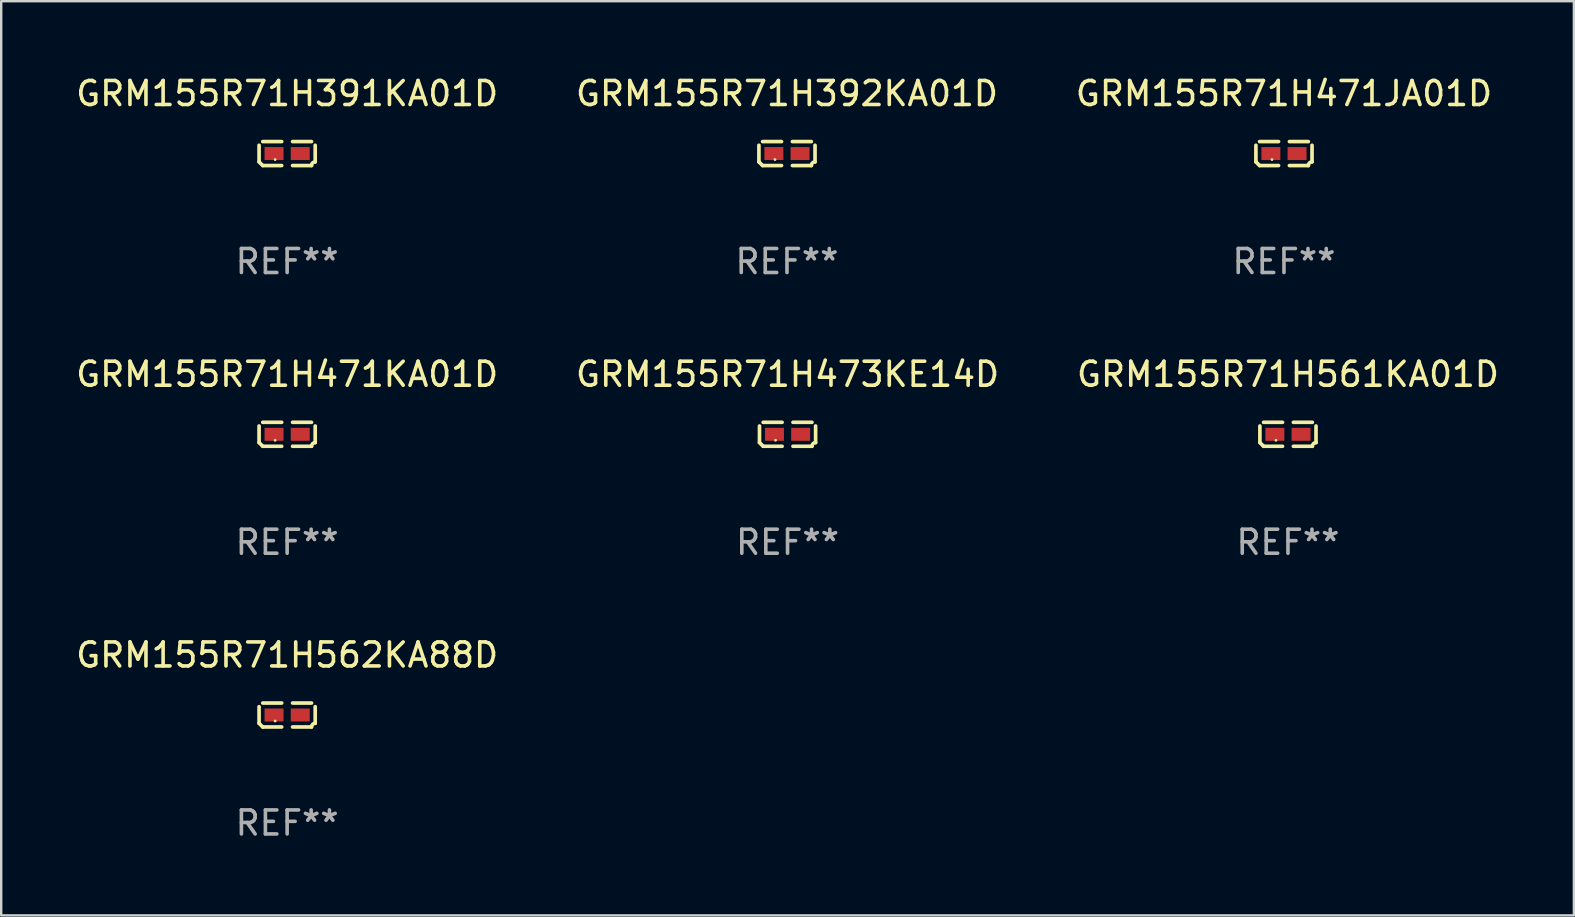
<source format=kicad_pcb>
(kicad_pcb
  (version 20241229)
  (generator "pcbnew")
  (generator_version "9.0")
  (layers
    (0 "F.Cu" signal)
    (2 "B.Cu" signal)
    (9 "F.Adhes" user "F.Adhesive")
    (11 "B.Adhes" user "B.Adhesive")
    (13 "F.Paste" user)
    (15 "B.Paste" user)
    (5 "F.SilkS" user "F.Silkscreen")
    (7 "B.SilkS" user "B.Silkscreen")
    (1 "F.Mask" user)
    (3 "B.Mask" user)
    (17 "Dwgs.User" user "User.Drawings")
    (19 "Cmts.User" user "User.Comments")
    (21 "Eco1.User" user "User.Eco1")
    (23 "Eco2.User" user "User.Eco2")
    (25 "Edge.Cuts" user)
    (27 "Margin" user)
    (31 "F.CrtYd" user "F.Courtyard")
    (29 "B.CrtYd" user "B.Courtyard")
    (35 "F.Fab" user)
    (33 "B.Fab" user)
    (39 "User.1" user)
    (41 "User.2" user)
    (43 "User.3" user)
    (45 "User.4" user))
  (footprint "GRM155R71H471JA01D"
    (layer "F.Cu")
    (at 50.435 3.347)
    (property "Reference" "GRM155R71H471JA01D" (at 0 -2.499 0) (layer "F.SilkS") (effects (font (size 1 1) (thickness 0.15))))
    (attr through_hole)
    (fp_line (start -1.169 0.346) (end -1.169 -0.346) (stroke (width 0.152) (type solid)) (layer "F.SilkS"))
    (fp_line (start -1.016 -0.499) (end -0.226 -0.499) (stroke (width 0.152) (type solid)) (layer "F.SilkS"))
    (fp_line (start -0.226 0.499) (end -1.016 0.499) (stroke (width 0.152) (type solid)) (layer "F.SilkS"))
    (fp_line (start 0.226 0.499) (end 1.016 0.499) (stroke (width 0.152) (type solid)) (layer "F.SilkS"))
    (fp_line (start 1.016 -0.499) (end 0.226 -0.499) (stroke (width 0.152) (type solid)) (layer "F.SilkS"))
    (fp_line (start 1.169 0.346) (end 1.169 -0.346) (stroke (width 0.152) (type solid)) (layer "F.SilkS"))
    (fp_arc (start -1.016307 0.498603) (mid -1.092512 0.422405) (end -1.16871 0.3462) (stroke (width 0.1524) (type solid)) (layer "F.SilkS"))
    (fp_arc (start 1.016307 0.498603) (mid 1.060899 0.390758) (end 1.168707 0.346076) (stroke (width 0.1524) (type solid)) (layer "F.SilkS"))
    (fp_circle (center -0.5 0.25) (end -0.47 0.25) (stroke (width 0.06) (type solid)) (fill no) (layer "F.SilkS"))
    (fp_text user "REF**" (at 0 4.499 0) (layer "F.Fab") (effects (font (size 1 1) (thickness 0.15))))
    (pad "1" smd rect (at -0.545 0) (size 0.79 0.54) (layers "F.Cu" "F.Mask" "F.Paste"))
    (pad "2" smd rect (at 0.545 0) (size 0.79 0.54) (layers "F.Cu" "F.Mask" "F.Paste")))
  (footprint "GRM155R71H392KA01D"
    (layer "F.Cu")
    (at 29.732 3.347)
    (property "Reference" "GRM155R71H392KA01D" (at 0 -2.499 0) (layer "F.SilkS") (effects (font (size 1 1) (thickness 0.15))))
    (attr through_hole)
    (fp_line (start -1.169 0.346) (end -1.169 -0.346) (stroke (width 0.152) (type solid)) (layer "F.SilkS"))
    (fp_line (start -1.016 -0.499) (end -0.226 -0.499) (stroke (width 0.152) (type solid)) (layer "F.SilkS"))
    (fp_line (start -0.226 0.499) (end -1.016 0.499) (stroke (width 0.152) (type solid)) (layer "F.SilkS"))
    (fp_line (start 0.226 0.499) (end 1.016 0.499) (stroke (width 0.152) (type solid)) (layer "F.SilkS"))
    (fp_line (start 1.016 -0.499) (end 0.226 -0.499) (stroke (width 0.152) (type solid)) (layer "F.SilkS"))
    (fp_line (start 1.169 0.346) (end 1.169 -0.346) (stroke (width 0.152) (type solid)) (layer "F.SilkS"))
    (fp_arc (start -1.016307 0.498603) (mid -1.092512 0.422405) (end -1.16871 0.3462) (stroke (width 0.1524) (type solid)) (layer "F.SilkS"))
    (fp_arc (start 1.016307 0.498603) (mid 1.060899 0.390758) (end 1.168707 0.346076) (stroke (width 0.1524) (type solid)) (layer "F.SilkS"))
    (fp_circle (center -0.5 0.25) (end -0.47 0.25) (stroke (width 0.06) (type solid)) (fill no) (layer "F.SilkS"))
    (fp_text user "REF**" (at 0 4.499 0) (layer "F.Fab") (effects (font (size 1 1) (thickness 0.15))))
    (pad "1" smd rect (at -0.545 0) (size 0.79 0.54) (layers "F.Cu" "F.Mask" "F.Paste"))
    (pad "2" smd rect (at 0.545 0) (size 0.79 0.54) (layers "F.Cu" "F.Mask" "F.Paste")))
  (footprint "GRM155R71H471KA01D"
    (layer "F.Cu")
    (at 8.911 15.041)
    (property "Reference" "GRM155R71H471KA01D" (at 0 -2.499 0) (layer "F.SilkS") (effects (font (size 1 1) (thickness 0.15))))
    (attr through_hole)
    (fp_line (start -1.169 0.346) (end -1.169 -0.346) (stroke (width 0.152) (type solid)) (layer "F.SilkS"))
    (fp_line (start -1.016 -0.499) (end -0.226 -0.499) (stroke (width 0.152) (type solid)) (layer "F.SilkS"))
    (fp_line (start -0.226 0.499) (end -1.016 0.499) (stroke (width 0.152) (type solid)) (layer "F.SilkS"))
    (fp_line (start 0.226 0.499) (end 1.016 0.499) (stroke (width 0.152) (type solid)) (layer "F.SilkS"))
    (fp_line (start 1.016 -0.499) (end 0.226 -0.499) (stroke (width 0.152) (type solid)) (layer "F.SilkS"))
    (fp_line (start 1.169 0.346) (end 1.169 -0.346) (stroke (width 0.152) (type solid)) (layer "F.SilkS"))
    (fp_arc (start -1.016307 0.498603) (mid -1.092512 0.422405) (end -1.16871 0.3462) (stroke (width 0.1524) (type solid)) (layer "F.SilkS"))
    (fp_arc (start 1.016307 0.498603) (mid 1.060899 0.390758) (end 1.168707 0.346076) (stroke (width 0.1524) (type solid)) (layer "F.SilkS"))
    (fp_circle (center -0.5 0.25) (end -0.47 0.25) (stroke (width 0.06) (type solid)) (fill no) (layer "F.SilkS"))
    (fp_text user "REF**" (at 0 4.499 0) (layer "F.Fab") (effects (font (size 1 1) (thickness 0.15))))
    (pad "1" smd rect (at -0.545 0) (size 0.79 0.54) (layers "F.Cu" "F.Mask" "F.Paste"))
    (pad "2" smd rect (at 0.545 0) (size 0.79 0.54) (layers "F.Cu" "F.Mask" "F.Paste")))
  (footprint "GRM155R71H473KE14D"
    (layer "F.Cu")
    (at 29.756 15.041)
    (property "Reference" "GRM155R71H473KE14D" (at 0 -2.499 0) (layer "F.SilkS") (effects (font (size 1 1) (thickness 0.15))))
    (attr through_hole)
    (fp_line (start -1.169 0.346) (end -1.169 -0.346) (stroke (width 0.152) (type solid)) (layer "F.SilkS"))
    (fp_line (start -1.016 -0.499) (end -0.226 -0.499) (stroke (width 0.152) (type solid)) (layer "F.SilkS"))
    (fp_line (start -0.226 0.499) (end -1.016 0.499) (stroke (width 0.152) (type solid)) (layer "F.SilkS"))
    (fp_line (start 0.226 0.499) (end 1.016 0.499) (stroke (width 0.152) (type solid)) (layer "F.SilkS"))
    (fp_line (start 1.016 -0.499) (end 0.226 -0.499) (stroke (width 0.152) (type solid)) (layer "F.SilkS"))
    (fp_line (start 1.169 0.346) (end 1.169 -0.346) (stroke (width 0.152) (type solid)) (layer "F.SilkS"))
    (fp_arc (start -1.016307 0.498603) (mid -1.092512 0.422405) (end -1.16871 0.3462) (stroke (width 0.1524) (type solid)) (layer "F.SilkS"))
    (fp_arc (start 1.016307 0.498603) (mid 1.060899 0.390758) (end 1.168707 0.346076) (stroke (width 0.1524) (type solid)) (layer "F.SilkS"))
    (fp_circle (center -0.5 0.25) (end -0.47 0.25) (stroke (width 0.06) (type solid)) (fill no) (layer "F.SilkS"))
    (fp_text user "REF**" (at 0 4.499 0) (layer "F.Fab") (effects (font (size 1 1) (thickness 0.15))))
    (pad "1" smd rect (at -0.545 0) (size 0.79 0.54) (layers "F.Cu" "F.Mask" "F.Paste"))
    (pad "2" smd rect (at 0.545 0) (size 0.79 0.54) (layers "F.Cu" "F.Mask" "F.Paste")))
  (footprint "GRM155R71H562KA88D"
    (layer "F.Cu")
    (at 8.911 26.734)
    (property "Reference" "GRM155R71H562KA88D" (at 0 -2.499 0) (layer "F.SilkS") (effects (font (size 1 1) (thickness 0.15))))
    (attr through_hole)
    (fp_line (start -1.169 0.346) (end -1.169 -0.346) (stroke (width 0.152) (type solid)) (layer "F.SilkS"))
    (fp_line (start -1.016 -0.499) (end -0.226 -0.499) (stroke (width 0.152) (type solid)) (layer "F.SilkS"))
    (fp_line (start -0.226 0.499) (end -1.016 0.499) (stroke (width 0.152) (type solid)) (layer "F.SilkS"))
    (fp_line (start 0.226 0.499) (end 1.016 0.499) (stroke (width 0.152) (type solid)) (layer "F.SilkS"))
    (fp_line (start 1.016 -0.499) (end 0.226 -0.499) (stroke (width 0.152) (type solid)) (layer "F.SilkS"))
    (fp_line (start 1.169 0.346) (end 1.169 -0.346) (stroke (width 0.152) (type solid)) (layer "F.SilkS"))
    (fp_arc (start -1.016307 0.498603) (mid -1.092512 0.422405) (end -1.16871 0.3462) (stroke (width 0.1524) (type solid)) (layer "F.SilkS"))
    (fp_arc (start 1.016307 0.498603) (mid 1.060899 0.390758) (end 1.168707 0.346076) (stroke (width 0.1524) (type solid)) (layer "F.SilkS"))
    (fp_circle (center -0.5 0.25) (end -0.47 0.25) (stroke (width 0.06) (type solid)) (fill no) (layer "F.SilkS"))
    (fp_text user "REF**" (at 0 4.499 0) (layer "F.Fab") (effects (font (size 1 1) (thickness 0.15))))
    (pad "1" smd rect (at -0.545 0) (size 0.79 0.54) (layers "F.Cu" "F.Mask" "F.Paste"))
    (pad "2" smd rect (at 0.545 0) (size 0.79 0.54) (layers "F.Cu" "F.Mask" "F.Paste")))
  (footprint "GRM155R71H391KA01D"
    (layer "F.Cu")
    (at 8.911 3.347)
    (property "Reference" "GRM155R71H391KA01D" (at 0 -2.499 0) (layer "F.SilkS") (effects (font (size 1 1) (thickness 0.15))))
    (attr through_hole)
    (fp_line (start -1.169 0.346) (end -1.169 -0.346) (stroke (width 0.152) (type solid)) (layer "F.SilkS"))
    (fp_line (start -1.016 -0.499) (end -0.226 -0.499) (stroke (width 0.152) (type solid)) (layer "F.SilkS"))
    (fp_line (start -0.226 0.499) (end -1.016 0.499) (stroke (width 0.152) (type solid)) (layer "F.SilkS"))
    (fp_line (start 0.226 0.499) (end 1.016 0.499) (stroke (width 0.152) (type solid)) (layer "F.SilkS"))
    (fp_line (start 1.016 -0.499) (end 0.226 -0.499) (stroke (width 0.152) (type solid)) (layer "F.SilkS"))
    (fp_line (start 1.169 0.346) (end 1.169 -0.346) (stroke (width 0.152) (type solid)) (layer "F.SilkS"))
    (fp_arc (start -1.016307 0.498603) (mid -1.092512 0.422405) (end -1.16871 0.3462) (stroke (width 0.1524) (type solid)) (layer "F.SilkS"))
    (fp_arc (start 1.016307 0.498603) (mid 1.060899 0.390758) (end 1.168707 0.346076) (stroke (width 0.1524) (type solid)) (layer "F.SilkS"))
    (fp_circle (center -0.5 0.25) (end -0.47 0.25) (stroke (width 0.06) (type solid)) (fill no) (layer "F.SilkS"))
    (fp_text user "REF**" (at 0 4.499 0) (layer "F.Fab") (effects (font (size 1 1) (thickness 0.15))))
    (pad "1" smd rect (at -0.545 0) (size 0.79 0.54) (layers "F.Cu" "F.Mask" "F.Paste"))
    (pad "2" smd rect (at 0.545 0) (size 0.79 0.54) (layers "F.Cu" "F.Mask" "F.Paste")))
  (footprint "GRM155R71H561KA01D"
    (layer "F.Cu")
    (at 50.601 15.041)
    (property "Reference" "GRM155R71H561KA01D" (at 0 -2.499 0) (layer "F.SilkS") (effects (font (size 1 1) (thickness 0.15))))
    (attr through_hole)
    (fp_line (start -1.169 0.346) (end -1.169 -0.346) (stroke (width 0.152) (type solid)) (layer "F.SilkS"))
    (fp_line (start -1.016 -0.499) (end -0.226 -0.499) (stroke (width 0.152) (type solid)) (layer "F.SilkS"))
    (fp_line (start -0.226 0.499) (end -1.016 0.499) (stroke (width 0.152) (type solid)) (layer "F.SilkS"))
    (fp_line (start 0.226 0.499) (end 1.016 0.499) (stroke (width 0.152) (type solid)) (layer "F.SilkS"))
    (fp_line (start 1.016 -0.499) (end 0.226 -0.499) (stroke (width 0.152) (type solid)) (layer "F.SilkS"))
    (fp_line (start 1.169 0.346) (end 1.169 -0.346) (stroke (width 0.152) (type solid)) (layer "F.SilkS"))
    (fp_arc (start -1.016307 0.498603) (mid -1.092512 0.422405) (end -1.16871 0.3462) (stroke (width 0.1524) (type solid)) (layer "F.SilkS"))
    (fp_arc (start 1.016307 0.498603) (mid 1.060899 0.390758) (end 1.168707 0.346076) (stroke (width 0.1524) (type solid)) (layer "F.SilkS"))
    (fp_circle (center -0.5 0.25) (end -0.47 0.25) (stroke (width 0.06) (type solid)) (fill no) (layer "F.SilkS"))
    (fp_text user "REF**" (at 0 4.499 0) (layer "F.Fab") (effects (font (size 1 1) (thickness 0.15))))
    (pad "1" smd rect (at -0.545 0) (size 0.79 0.54) (layers "F.Cu" "F.Mask" "F.Paste"))
    (pad "2" smd rect (at 0.545 0) (size 0.79 0.54) (layers "F.Cu" "F.Mask" "F.Paste")))
  (gr_rect
    (start -3 -3)
    (end 62.512 35.081)
    (stroke (width 0.1) (type default))
    (fill no)
    (layer "Edge.Cuts")))
</source>
